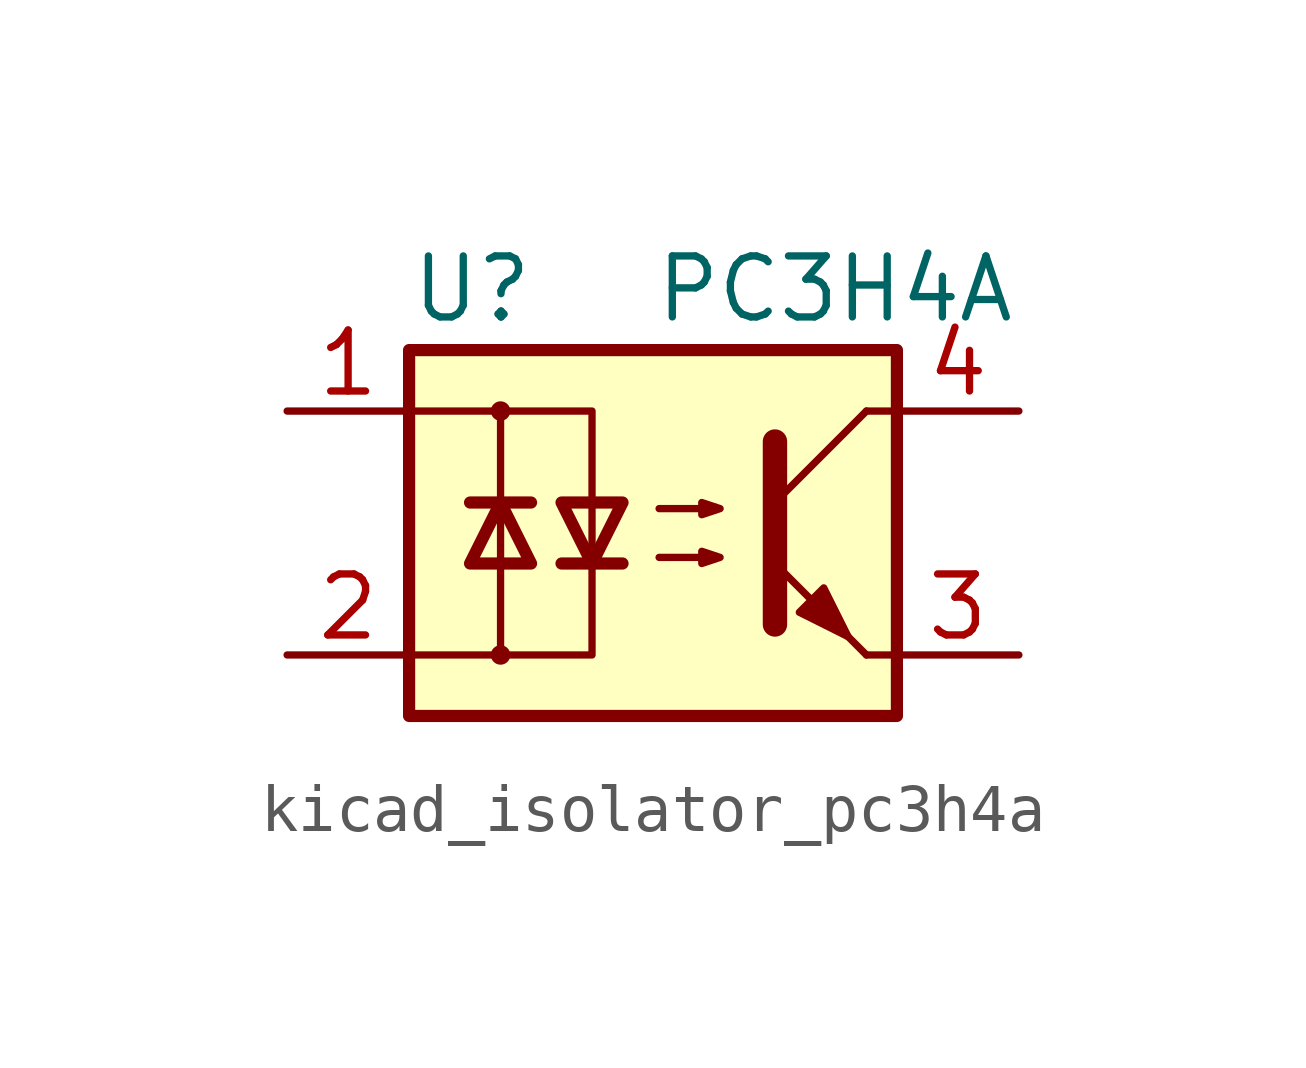
<source format=kicad_sym>
(kicad_symbol_lib
  (version 20220914)
  (generator kicad_symbol_editor)
  (symbol "kicad_isolator_pc3h4a"
    (pin_names
      (offset 1.016))
    (property "Reference" "U"
      (at -5.08 5.08 0)
      (effects (font (size 1.27 1.27)) (justify left)))
    (property "Value" "PC3H4A"
      (at 0 5.08 0)
      (effects (font (size 1.27 1.27)) (justify left)))
    (symbol "kicad_isolator_pc3h4a_0_1"
      (rectangle (start -5.08 3.81) (end 5.08 -3.81) (stroke (width 0.254) (type default)) (fill (type background)))
      (circle (center -3.175 -2.54) (radius 0.127) (stroke (width 0) (type default)) (fill (type none)))
      (circle (center -3.175 2.54) (radius 0.127) (stroke (width 0) (type default)) (fill (type none)))
      (polyline (pts (xy -3.81 0.635) (xy -2.54 0.635)) (stroke (width 0.254) (type default)) (fill (type none)))
      (polyline (pts (xy -3.175 -0.635) (xy -3.175 -2.54)) (stroke (width 0) (type default)) (fill (type none)))
      (polyline (pts (xy -3.175 -0.635) (xy -3.175 2.54)) (stroke (width 0) (type default)) (fill (type none)))
      (polyline (pts (xy -1.905 -0.635) (xy -0.635 -0.635)) (stroke (width 0.254) (type default)) (fill (type none)))
      (polyline (pts (xy 2.54 0.635) (xy 4.445 2.54)) (stroke (width 0) (type default)) (fill (type none)))
      (polyline (pts (xy 4.445 -2.54) (xy 2.54 -0.635)) (stroke (width 0) (type default)) (fill (type outline)))
      (polyline (pts (xy 4.445 -2.54) (xy 5.08 -2.54)) (stroke (width 0) (type default)) (fill (type none)))
      (polyline (pts (xy 4.445 2.54) (xy 5.08 2.54)) (stroke (width 0) (type default)) (fill (type none)))
      (polyline (pts (xy -5.08 2.54) (xy -1.27 2.54) (xy -1.27 -0.635)) (stroke (width 0) (type default)) (fill (type none)))
      (polyline (pts (xy -1.27 -0.635) (xy -1.27 -2.54) (xy -5.08 -2.54)) (stroke (width 0) (type default)) (fill (type none)))
      (polyline (pts (xy 2.54 1.905) (xy 2.54 -1.905) (xy 2.54 -1.905)) (stroke (width 0.508) (type default)) (fill (type none)))
      (polyline (pts (xy -3.175 0.635) (xy -3.81 -0.635) (xy -2.54 -0.635) (xy -3.175 0.635)) (stroke (width 0.254) (type default)) (fill (type none)))
      (polyline (pts (xy -1.27 -0.635) (xy -1.905 0.635) (xy -0.635 0.635) (xy -1.27 -0.635)) (stroke (width 0.254) (type default)) (fill (type none)))
      (polyline (pts (xy 0.127 -0.508) (xy 1.397 -0.508) (xy 1.016 -0.635) (xy 1.016 -0.381) (xy 1.397 -0.508)) (stroke (width 0) (type default)) (fill (type none)))
      (polyline (pts (xy 0.127 0.508) (xy 1.397 0.508) (xy 1.016 0.381) (xy 1.016 0.635) (xy 1.397 0.508)) (stroke (width 0) (type default)) (fill (type none)))
      (polyline (pts (xy 3.048 -1.651) (xy 3.556 -1.143) (xy 4.064 -2.159) (xy 3.048 -1.651) (xy 3.048 -1.651)) (stroke (width 0) (type default)) (fill (type outline))))
    (symbol "kicad_isolator_pc3h4a_1_1"
      (pin passive line (at -7.62 2.54 0) (length 2.54) (name "~" (effects (font (size 1.27 1.27)))) (number "1" (effects (font (size 1.27 1.27)))))
      (pin passive line (at -7.62 -2.54 0) (length 2.54) (name "~" (effects (font (size 1.27 1.27)))) (number "2" (effects (font (size 1.27 1.27)))))
      (pin passive line (at 7.62 -2.54 180) (length 2.54) (name "~" (effects (font (size 1.27 1.27)))) (number "3" (effects (font (size 1.27 1.27)))))
      (pin passive line (at 7.62 2.54 180) (length 2.54) (name "~" (effects (font (size 1.27 1.27)))) (number "4" (effects (font (size 1.27 1.27))))))))
</source>
